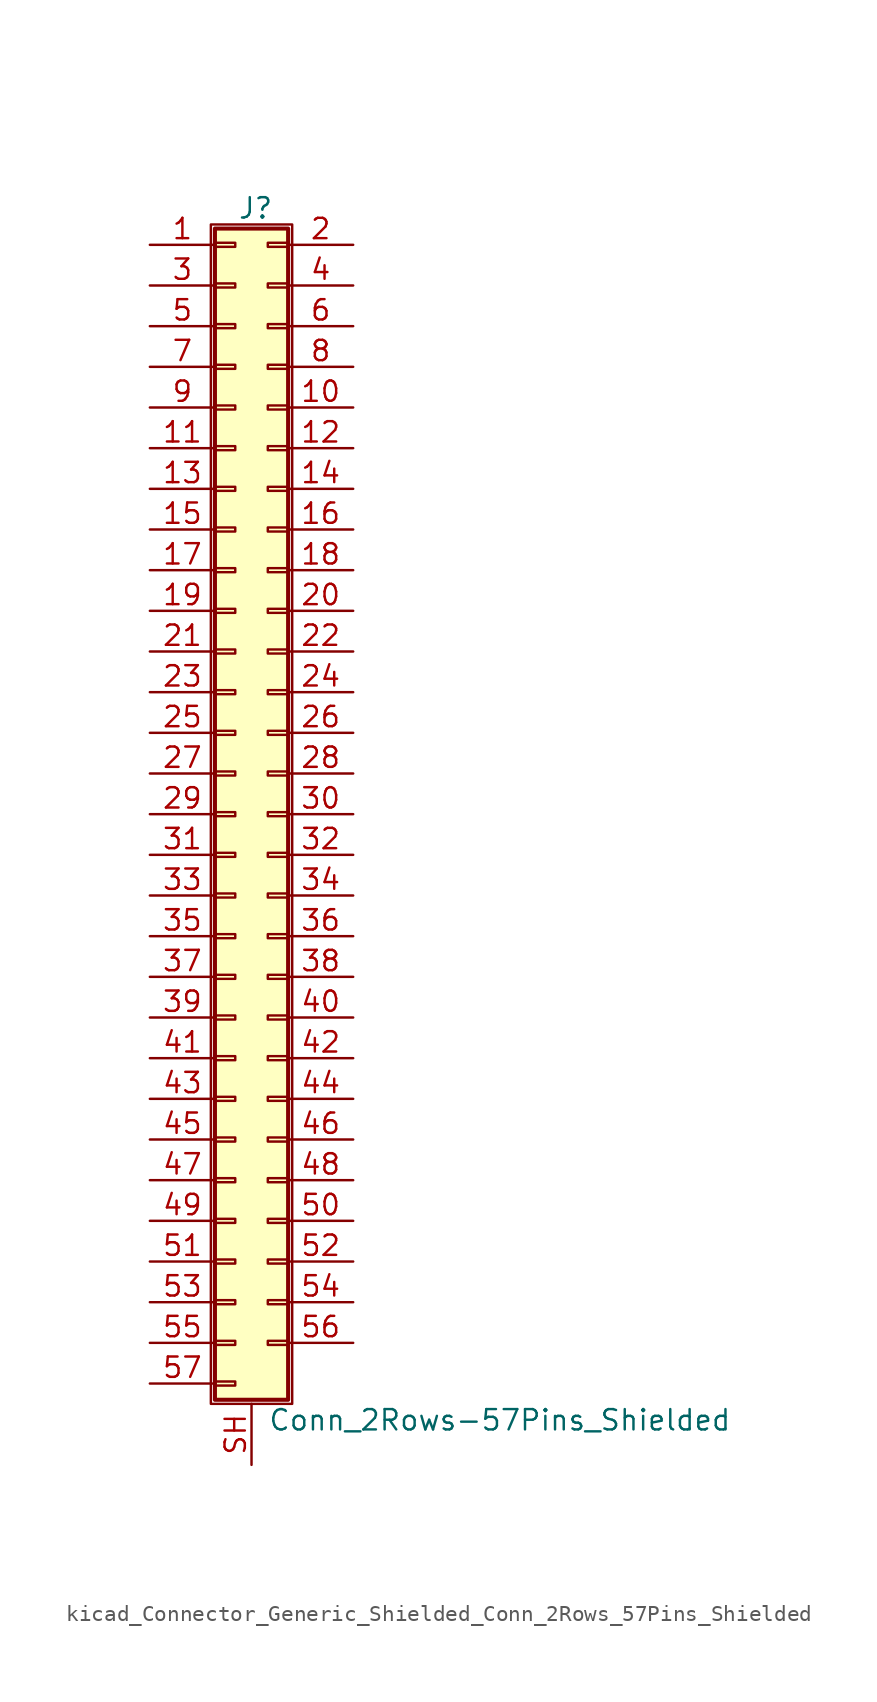
<source format=kicad_sym>
(kicad_symbol_lib
  (version 20220914)
  (generator kicad_symbol_editor)
  (symbol "kicad_Connector_Generic_Shielded_Conn_2Rows_57Pins_Shielded"
    (pin_names
      (offset 1.016) hide)
    (property "Reference" "J"
      (at 1.524 37.846 0)
      (effects (font (size 1.27 1.27))))
    (property "Value" "Conn_2Rows-57Pins_Shielded"
      (at 2.286 -37.846 0)
      (effects (font (size 1.27 1.27)) (justify left)))
    (symbol "kicad_Connector_Generic_Shielded_Conn_2Rows_57Pins_Shielded_1_1"
      (rectangle (start -1.27 36.83) (end 3.81 -36.83) (stroke (width 0.152) (type default)) (fill (type none)))
      (rectangle (start -1.016 -35.433) (end 0.254 -35.687) (stroke (width 0.152) (type default)) (fill (type none)))
      (rectangle (start -1.016 -32.893) (end 0.254 -33.147) (stroke (width 0.152) (type default)) (fill (type none)))
      (rectangle (start -1.016 -30.353) (end 0.254 -30.607) (stroke (width 0.152) (type default)) (fill (type none)))
      (rectangle (start -1.016 -27.813) (end 0.254 -28.067) (stroke (width 0.152) (type default)) (fill (type none)))
      (rectangle (start -1.016 -25.273) (end 0.254 -25.527) (stroke (width 0.152) (type default)) (fill (type none)))
      (rectangle (start -1.016 -22.733) (end 0.254 -22.987) (stroke (width 0.152) (type default)) (fill (type none)))
      (rectangle (start -1.016 -20.193) (end 0.254 -20.447) (stroke (width 0.152) (type default)) (fill (type none)))
      (rectangle (start -1.016 -17.653) (end 0.254 -17.907) (stroke (width 0.152) (type default)) (fill (type none)))
      (rectangle (start -1.016 -15.113) (end 0.254 -15.367) (stroke (width 0.152) (type default)) (fill (type none)))
      (rectangle (start -1.016 -12.573) (end 0.254 -12.827) (stroke (width 0.152) (type default)) (fill (type none)))
      (rectangle (start -1.016 -10.033) (end 0.254 -10.287) (stroke (width 0.152) (type default)) (fill (type none)))
      (rectangle (start -1.016 -7.493) (end 0.254 -7.747) (stroke (width 0.152) (type default)) (fill (type none)))
      (rectangle (start -1.016 -4.953) (end 0.254 -5.207) (stroke (width 0.152) (type default)) (fill (type none)))
      (rectangle (start -1.016 -2.413) (end 0.254 -2.667) (stroke (width 0.152) (type default)) (fill (type none)))
      (rectangle (start -1.016 0.127) (end 0.254 -0.127) (stroke (width 0.152) (type default)) (fill (type none)))
      (rectangle (start -1.016 2.667) (end 0.254 2.413) (stroke (width 0.152) (type default)) (fill (type none)))
      (rectangle (start -1.016 5.207) (end 0.254 4.953) (stroke (width 0.152) (type default)) (fill (type none)))
      (rectangle (start -1.016 7.747) (end 0.254 7.493) (stroke (width 0.152) (type default)) (fill (type none)))
      (rectangle (start -1.016 10.287) (end 0.254 10.033) (stroke (width 0.152) (type default)) (fill (type none)))
      (rectangle (start -1.016 12.827) (end 0.254 12.573) (stroke (width 0.152) (type default)) (fill (type none)))
      (rectangle (start -1.016 15.367) (end 0.254 15.113) (stroke (width 0.152) (type default)) (fill (type none)))
      (rectangle (start -1.016 17.907) (end 0.254 17.653) (stroke (width 0.152) (type default)) (fill (type none)))
      (rectangle (start -1.016 20.447) (end 0.254 20.193) (stroke (width 0.152) (type default)) (fill (type none)))
      (rectangle (start -1.016 22.987) (end 0.254 22.733) (stroke (width 0.152) (type default)) (fill (type none)))
      (rectangle (start -1.016 25.527) (end 0.254 25.273) (stroke (width 0.152) (type default)) (fill (type none)))
      (rectangle (start -1.016 28.067) (end 0.254 27.813) (stroke (width 0.152) (type default)) (fill (type none)))
      (rectangle (start -1.016 30.607) (end 0.254 30.353) (stroke (width 0.152) (type default)) (fill (type none)))
      (rectangle (start -1.016 33.147) (end 0.254 32.893) (stroke (width 0.152) (type default)) (fill (type none)))
      (rectangle (start -1.016 35.687) (end 0.254 35.433) (stroke (width 0.152) (type default)) (fill (type none)))
      (rectangle (start -1.016 36.576) (end 3.556 -36.576) (stroke (width 0.254) (type default)) (fill (type background)))
      (rectangle (start 3.556 -32.893) (end 2.286 -33.147) (stroke (width 0.152) (type default)) (fill (type none)))
      (rectangle (start 3.556 -30.353) (end 2.286 -30.607) (stroke (width 0.152) (type default)) (fill (type none)))
      (rectangle (start 3.556 -27.813) (end 2.286 -28.067) (stroke (width 0.152) (type default)) (fill (type none)))
      (rectangle (start 3.556 -25.273) (end 2.286 -25.527) (stroke (width 0.152) (type default)) (fill (type none)))
      (rectangle (start 3.556 -22.733) (end 2.286 -22.987) (stroke (width 0.152) (type default)) (fill (type none)))
      (rectangle (start 3.556 -20.193) (end 2.286 -20.447) (stroke (width 0.152) (type default)) (fill (type none)))
      (rectangle (start 3.556 -17.653) (end 2.286 -17.907) (stroke (width 0.152) (type default)) (fill (type none)))
      (rectangle (start 3.556 -15.113) (end 2.286 -15.367) (stroke (width 0.152) (type default)) (fill (type none)))
      (rectangle (start 3.556 -12.573) (end 2.286 -12.827) (stroke (width 0.152) (type default)) (fill (type none)))
      (rectangle (start 3.556 -10.033) (end 2.286 -10.287) (stroke (width 0.152) (type default)) (fill (type none)))
      (rectangle (start 3.556 -7.493) (end 2.286 -7.747) (stroke (width 0.152) (type default)) (fill (type none)))
      (rectangle (start 3.556 -4.953) (end 2.286 -5.207) (stroke (width 0.152) (type default)) (fill (type none)))
      (rectangle (start 3.556 -2.413) (end 2.286 -2.667) (stroke (width 0.152) (type default)) (fill (type none)))
      (rectangle (start 3.556 0.127) (end 2.286 -0.127) (stroke (width 0.152) (type default)) (fill (type none)))
      (rectangle (start 3.556 2.667) (end 2.286 2.413) (stroke (width 0.152) (type default)) (fill (type none)))
      (rectangle (start 3.556 5.207) (end 2.286 4.953) (stroke (width 0.152) (type default)) (fill (type none)))
      (rectangle (start 3.556 7.747) (end 2.286 7.493) (stroke (width 0.152) (type default)) (fill (type none)))
      (rectangle (start 3.556 10.287) (end 2.286 10.033) (stroke (width 0.152) (type default)) (fill (type none)))
      (rectangle (start 3.556 12.827) (end 2.286 12.573) (stroke (width 0.152) (type default)) (fill (type none)))
      (rectangle (start 3.556 15.367) (end 2.286 15.113) (stroke (width 0.152) (type default)) (fill (type none)))
      (rectangle (start 3.556 17.907) (end 2.286 17.653) (stroke (width 0.152) (type default)) (fill (type none)))
      (rectangle (start 3.556 20.447) (end 2.286 20.193) (stroke (width 0.152) (type default)) (fill (type none)))
      (rectangle (start 3.556 22.987) (end 2.286 22.733) (stroke (width 0.152) (type default)) (fill (type none)))
      (rectangle (start 3.556 25.527) (end 2.286 25.273) (stroke (width 0.152) (type default)) (fill (type none)))
      (rectangle (start 3.556 28.067) (end 2.286 27.813) (stroke (width 0.152) (type default)) (fill (type none)))
      (rectangle (start 3.556 30.607) (end 2.286 30.353) (stroke (width 0.152) (type default)) (fill (type none)))
      (rectangle (start 3.556 33.147) (end 2.286 32.893) (stroke (width 0.152) (type default)) (fill (type none)))
      (rectangle (start 3.556 35.687) (end 2.286 35.433) (stroke (width 0.152) (type default)) (fill (type none)))
      (pin passive line (at -5.08 35.56 0) (length 4.064) (name "Pin_1" (effects (font (size 1.27 1.27)))) (number "1" (effects (font (size 1.27 1.27)))))
      (pin passive line (at 7.62 25.4 180) (length 4.064) (name "Pin_10" (effects (font (size 1.27 1.27)))) (number "10" (effects (font (size 1.27 1.27)))))
      (pin passive line (at -5.08 22.86 0) (length 4.064) (name "Pin_11" (effects (font (size 1.27 1.27)))) (number "11" (effects (font (size 1.27 1.27)))))
      (pin passive line (at 7.62 22.86 180) (length 4.064) (name "Pin_12" (effects (font (size 1.27 1.27)))) (number "12" (effects (font (size 1.27 1.27)))))
      (pin passive line (at -5.08 20.32 0) (length 4.064) (name "Pin_13" (effects (font (size 1.27 1.27)))) (number "13" (effects (font (size 1.27 1.27)))))
      (pin passive line (at 7.62 20.32 180) (length 4.064) (name "Pin_14" (effects (font (size 1.27 1.27)))) (number "14" (effects (font (size 1.27 1.27)))))
      (pin passive line (at -5.08 17.78 0) (length 4.064) (name "Pin_15" (effects (font (size 1.27 1.27)))) (number "15" (effects (font (size 1.27 1.27)))))
      (pin passive line (at 7.62 17.78 180) (length 4.064) (name "Pin_16" (effects (font (size 1.27 1.27)))) (number "16" (effects (font (size 1.27 1.27)))))
      (pin passive line (at -5.08 15.24 0) (length 4.064) (name "Pin_17" (effects (font (size 1.27 1.27)))) (number "17" (effects (font (size 1.27 1.27)))))
      (pin passive line (at 7.62 15.24 180) (length 4.064) (name "Pin_18" (effects (font (size 1.27 1.27)))) (number "18" (effects (font (size 1.27 1.27)))))
      (pin passive line (at -5.08 12.7 0) (length 4.064) (name "Pin_19" (effects (font (size 1.27 1.27)))) (number "19" (effects (font (size 1.27 1.27)))))
      (pin passive line (at 7.62 35.56 180) (length 4.064) (name "Pin_2" (effects (font (size 1.27 1.27)))) (number "2" (effects (font (size 1.27 1.27)))))
      (pin passive line (at 7.62 12.7 180) (length 4.064) (name "Pin_20" (effects (font (size 1.27 1.27)))) (number "20" (effects (font (size 1.27 1.27)))))
      (pin passive line (at -5.08 10.16 0) (length 4.064) (name "Pin_21" (effects (font (size 1.27 1.27)))) (number "21" (effects (font (size 1.27 1.27)))))
      (pin passive line (at 7.62 10.16 180) (length 4.064) (name "Pin_22" (effects (font (size 1.27 1.27)))) (number "22" (effects (font (size 1.27 1.27)))))
      (pin passive line (at -5.08 7.62 0) (length 4.064) (name "Pin_23" (effects (font (size 1.27 1.27)))) (number "23" (effects (font (size 1.27 1.27)))))
      (pin passive line (at 7.62 7.62 180) (length 4.064) (name "Pin_24" (effects (font (size 1.27 1.27)))) (number "24" (effects (font (size 1.27 1.27)))))
      (pin passive line (at -5.08 5.08 0) (length 4.064) (name "Pin_25" (effects (font (size 1.27 1.27)))) (number "25" (effects (font (size 1.27 1.27)))))
      (pin passive line (at 7.62 5.08 180) (length 4.064) (name "Pin_26" (effects (font (size 1.27 1.27)))) (number "26" (effects (font (size 1.27 1.27)))))
      (pin passive line (at -5.08 2.54 0) (length 4.064) (name "Pin_27" (effects (font (size 1.27 1.27)))) (number "27" (effects (font (size 1.27 1.27)))))
      (pin passive line (at 7.62 2.54 180) (length 4.064) (name "Pin_28" (effects (font (size 1.27 1.27)))) (number "28" (effects (font (size 1.27 1.27)))))
      (pin passive line (at -5.08 0 0) (length 4.064) (name "Pin_29" (effects (font (size 1.27 1.27)))) (number "29" (effects (font (size 1.27 1.27)))))
      (pin passive line (at -5.08 33.02 0) (length 4.064) (name "Pin_3" (effects (font (size 1.27 1.27)))) (number "3" (effects (font (size 1.27 1.27)))))
      (pin passive line (at 7.62 0 180) (length 4.064) (name "Pin_30" (effects (font (size 1.27 1.27)))) (number "30" (effects (font (size 1.27 1.27)))))
      (pin passive line (at -5.08 -2.54 0) (length 4.064) (name "Pin_31" (effects (font (size 1.27 1.27)))) (number "31" (effects (font (size 1.27 1.27)))))
      (pin passive line (at 7.62 -2.54 180) (length 4.064) (name "Pin_32" (effects (font (size 1.27 1.27)))) (number "32" (effects (font (size 1.27 1.27)))))
      (pin passive line (at -5.08 -5.08 0) (length 4.064) (name "Pin_33" (effects (font (size 1.27 1.27)))) (number "33" (effects (font (size 1.27 1.27)))))
      (pin passive line (at 7.62 -5.08 180) (length 4.064) (name "Pin_34" (effects (font (size 1.27 1.27)))) (number "34" (effects (font (size 1.27 1.27)))))
      (pin passive line (at -5.08 -7.62 0) (length 4.064) (name "Pin_35" (effects (font (size 1.27 1.27)))) (number "35" (effects (font (size 1.27 1.27)))))
      (pin passive line (at 7.62 -7.62 180) (length 4.064) (name "Pin_36" (effects (font (size 1.27 1.27)))) (number "36" (effects (font (size 1.27 1.27)))))
      (pin passive line (at -5.08 -10.16 0) (length 4.064) (name "Pin_37" (effects (font (size 1.27 1.27)))) (number "37" (effects (font (size 1.27 1.27)))))
      (pin passive line (at 7.62 -10.16 180) (length 4.064) (name "Pin_38" (effects (font (size 1.27 1.27)))) (number "38" (effects (font (size 1.27 1.27)))))
      (pin passive line (at -5.08 -12.7 0) (length 4.064) (name "Pin_39" (effects (font (size 1.27 1.27)))) (number "39" (effects (font (size 1.27 1.27)))))
      (pin passive line (at 7.62 33.02 180) (length 4.064) (name "Pin_4" (effects (font (size 1.27 1.27)))) (number "4" (effects (font (size 1.27 1.27)))))
      (pin passive line (at 7.62 -12.7 180) (length 4.064) (name "Pin_40" (effects (font (size 1.27 1.27)))) (number "40" (effects (font (size 1.27 1.27)))))
      (pin passive line (at -5.08 -15.24 0) (length 4.064) (name "Pin_41" (effects (font (size 1.27 1.27)))) (number "41" (effects (font (size 1.27 1.27)))))
      (pin passive line (at 7.62 -15.24 180) (length 4.064) (name "Pin_42" (effects (font (size 1.27 1.27)))) (number "42" (effects (font (size 1.27 1.27)))))
      (pin passive line (at -5.08 -17.78 0) (length 4.064) (name "Pin_43" (effects (font (size 1.27 1.27)))) (number "43" (effects (font (size 1.27 1.27)))))
      (pin passive line (at 7.62 -17.78 180) (length 4.064) (name "Pin_44" (effects (font (size 1.27 1.27)))) (number "44" (effects (font (size 1.27 1.27)))))
      (pin passive line (at -5.08 -20.32 0) (length 4.064) (name "Pin_45" (effects (font (size 1.27 1.27)))) (number "45" (effects (font (size 1.27 1.27)))))
      (pin passive line (at 7.62 -20.32 180) (length 4.064) (name "Pin_46" (effects (font (size 1.27 1.27)))) (number "46" (effects (font (size 1.27 1.27)))))
      (pin passive line (at -5.08 -22.86 0) (length 4.064) (name "Pin_47" (effects (font (size 1.27 1.27)))) (number "47" (effects (font (size 1.27 1.27)))))
      (pin passive line (at 7.62 -22.86 180) (length 4.064) (name "Pin_48" (effects (font (size 1.27 1.27)))) (number "48" (effects (font (size 1.27 1.27)))))
      (pin passive line (at -5.08 -25.4 0) (length 4.064) (name "Pin_49" (effects (font (size 1.27 1.27)))) (number "49" (effects (font (size 1.27 1.27)))))
      (pin passive line (at -5.08 30.48 0) (length 4.064) (name "Pin_5" (effects (font (size 1.27 1.27)))) (number "5" (effects (font (size 1.27 1.27)))))
      (pin passive line (at 7.62 -25.4 180) (length 4.064) (name "Pin_50" (effects (font (size 1.27 1.27)))) (number "50" (effects (font (size 1.27 1.27)))))
      (pin passive line (at -5.08 -27.94 0) (length 4.064) (name "Pin_51" (effects (font (size 1.27 1.27)))) (number "51" (effects (font (size 1.27 1.27)))))
      (pin passive line (at 7.62 -27.94 180) (length 4.064) (name "Pin_52" (effects (font (size 1.27 1.27)))) (number "52" (effects (font (size 1.27 1.27)))))
      (pin passive line (at -5.08 -30.48 0) (length 4.064) (name "Pin_53" (effects (font (size 1.27 1.27)))) (number "53" (effects (font (size 1.27 1.27)))))
      (pin passive line (at 7.62 -30.48 180) (length 4.064) (name "Pin_54" (effects (font (size 1.27 1.27)))) (number "54" (effects (font (size 1.27 1.27)))))
      (pin passive line (at -5.08 -33.02 0) (length 4.064) (name "Pin_55" (effects (font (size 1.27 1.27)))) (number "55" (effects (font (size 1.27 1.27)))))
      (pin passive line (at 7.62 -33.02 180) (length 4.064) (name "Pin_56" (effects (font (size 1.27 1.27)))) (number "56" (effects (font (size 1.27 1.27)))))
      (pin passive line (at -5.08 -35.56 0) (length 4.064) (name "Pin_57" (effects (font (size 1.27 1.27)))) (number "57" (effects (font (size 1.27 1.27)))))
      (pin passive line (at 7.62 30.48 180) (length 4.064) (name "Pin_6" (effects (font (size 1.27 1.27)))) (number "6" (effects (font (size 1.27 1.27)))))
      (pin passive line (at -5.08 27.94 0) (length 4.064) (name "Pin_7" (effects (font (size 1.27 1.27)))) (number "7" (effects (font (size 1.27 1.27)))))
      (pin passive line (at 7.62 27.94 180) (length 4.064) (name "Pin_8" (effects (font (size 1.27 1.27)))) (number "8" (effects (font (size 1.27 1.27)))))
      (pin passive line (at -5.08 25.4 0) (length 4.064) (name "Pin_9" (effects (font (size 1.27 1.27)))) (number "9" (effects (font (size 1.27 1.27)))))
      (pin passive line (at 1.27 -40.64 90) (length 3.81) (name "Shield" (effects (font (size 1.27 1.27)))) (number "SH" (effects (font (size 1.27 1.27))))))))
</source>
